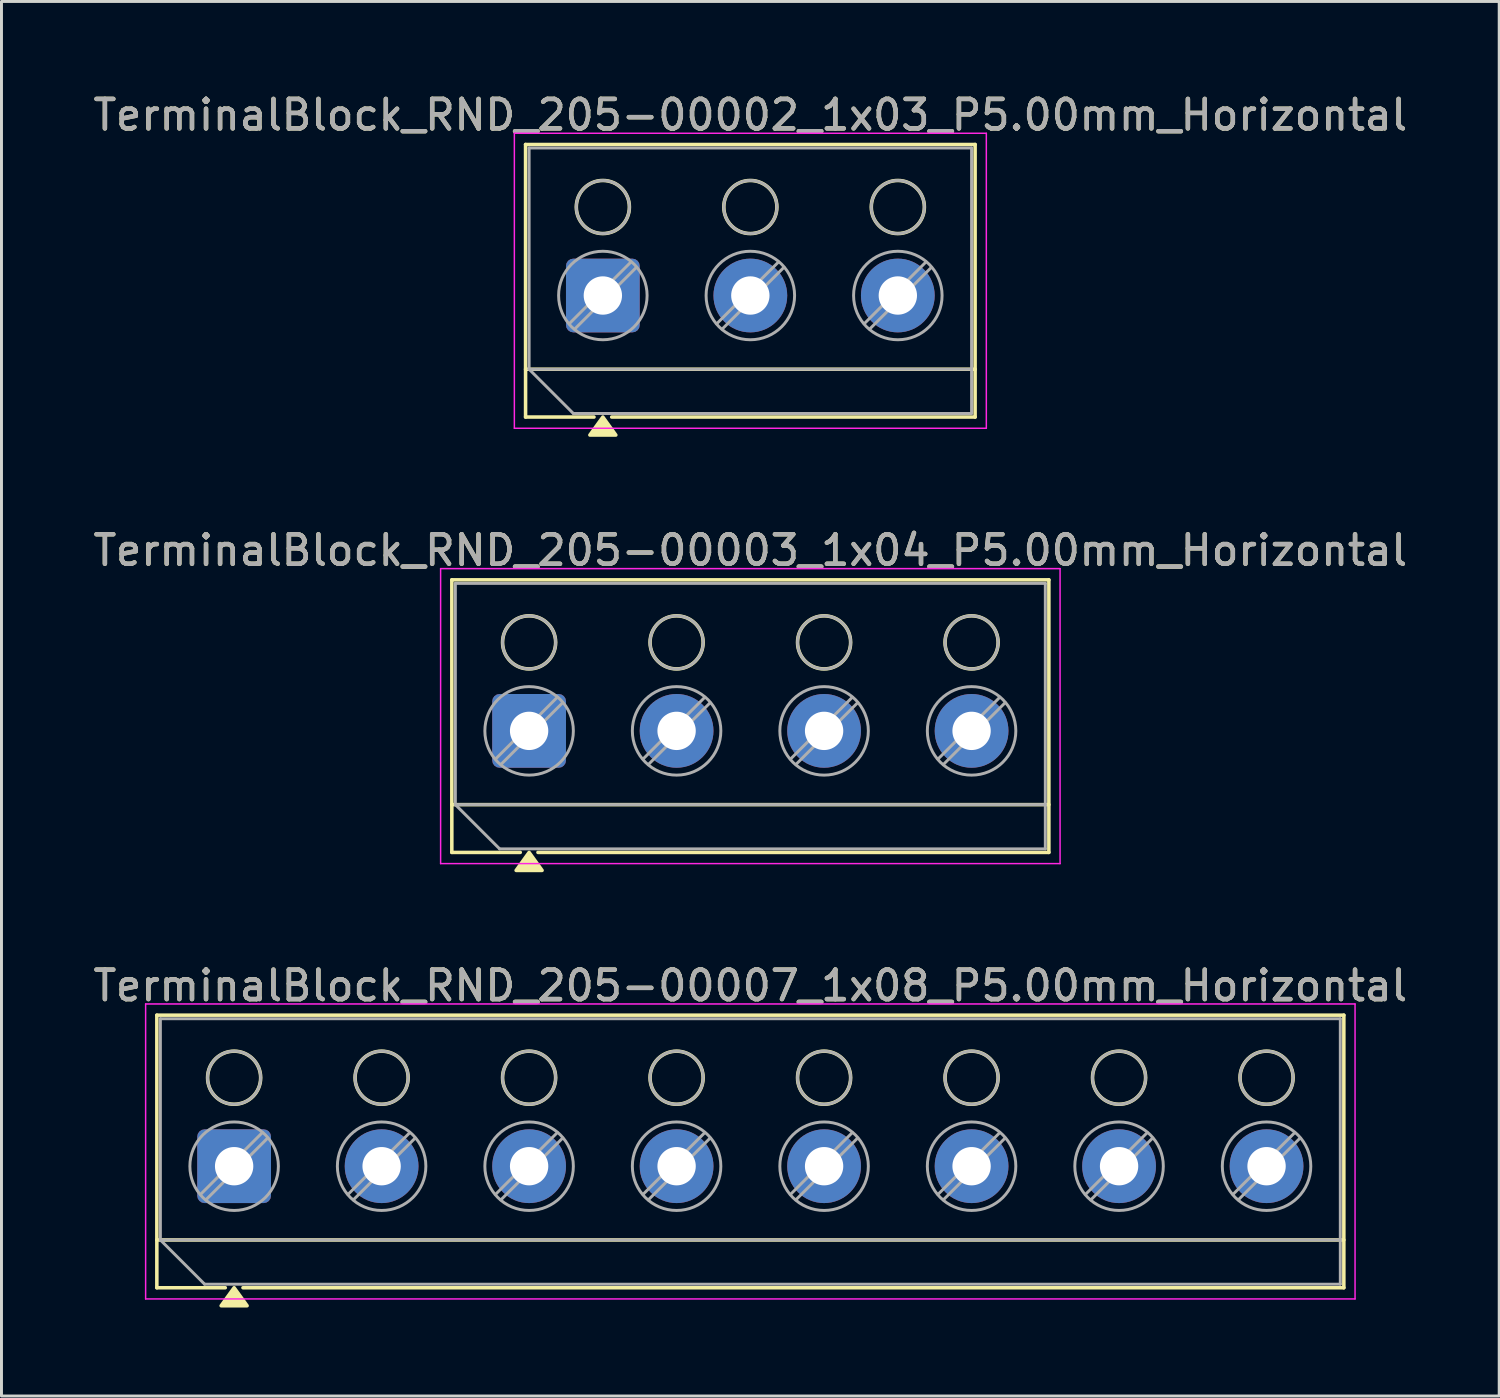
<source format=kicad_pcb>
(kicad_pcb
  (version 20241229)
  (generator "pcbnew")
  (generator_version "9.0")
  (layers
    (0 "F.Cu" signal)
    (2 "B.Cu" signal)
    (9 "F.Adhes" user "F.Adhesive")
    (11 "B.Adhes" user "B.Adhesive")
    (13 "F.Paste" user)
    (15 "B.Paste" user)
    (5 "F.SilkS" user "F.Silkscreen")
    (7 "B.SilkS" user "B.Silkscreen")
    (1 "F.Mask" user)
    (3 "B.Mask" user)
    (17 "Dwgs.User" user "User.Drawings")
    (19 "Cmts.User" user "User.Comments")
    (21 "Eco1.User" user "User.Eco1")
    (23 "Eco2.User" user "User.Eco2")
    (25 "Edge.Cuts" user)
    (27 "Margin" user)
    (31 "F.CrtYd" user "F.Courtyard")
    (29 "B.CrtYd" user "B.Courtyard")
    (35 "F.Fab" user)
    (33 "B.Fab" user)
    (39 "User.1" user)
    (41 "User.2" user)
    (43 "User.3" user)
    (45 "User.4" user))
  (footprint "TerminalBlock_RND_205-00007_1x08_P5.00mm_Horizontal"
    (layer "F.Cu")
    (at 4.887 36.485)
    (property "Reference" "TerminalBlock_RND_205-00007_1x08_P5.00mm_Horizontal" (at 17.5 -6.12 0) (layer "F.SilkS") (effects (font (size 1 1) (thickness 0.15))))
    (attr through_hole)
    (fp_line (start -2.62 -5.12) (end -2.62 4.12) (stroke (width 0.12) (type solid)) (layer "F.SilkS"))
    (fp_line (start -2.62 -5.12) (end 37.62 -5.12) (stroke (width 0.12) (type solid)) (layer "F.SilkS"))
    (fp_line (start -2.62 2.5) (end 37.62 2.5) (stroke (width 0.12) (type solid)) (layer "F.SilkS"))
    (fp_line (start -2.62 4.12) (end -0.3 4.12) (stroke (width 0.12) (type solid)) (layer "F.SilkS"))
    (fp_line (start 0.3 4.12) (end 37.62 4.12) (stroke (width 0.12) (type solid)) (layer "F.SilkS"))
    (fp_line (start 37.62 -5.12) (end 37.62 4.12) (stroke (width 0.12) (type solid)) (layer "F.SilkS"))
    (fp_circle (center 0 -3) (end 0.9 -3) (stroke (width 0.12) (type solid)) (fill no) (layer "F.SilkS"))
    (fp_circle (center 5 -3) (end 5.9 -3) (stroke (width 0.12) (type solid)) (fill no) (layer "F.SilkS"))
    (fp_circle (center 10 -3) (end 10.9 -3) (stroke (width 0.12) (type solid)) (fill no) (layer "F.SilkS"))
    (fp_circle (center 15 -3) (end 15.9 -3) (stroke (width 0.12) (type solid)) (fill no) (layer "F.SilkS"))
    (fp_circle (center 20 -3) (end 20.9 -3) (stroke (width 0.12) (type solid)) (fill no) (layer "F.SilkS"))
    (fp_circle (center 25 -3) (end 25.9 -3) (stroke (width 0.12) (type solid)) (fill no) (layer "F.SilkS"))
    (fp_circle (center 30 -3) (end 30.9 -3) (stroke (width 0.12) (type solid)) (fill no) (layer "F.SilkS"))
    (fp_circle (center 35 -3) (end 35.9 -3) (stroke (width 0.12) (type solid)) (fill no) (layer "F.SilkS"))
    (fp_poly (pts (xy 0 4.12) (xy 0.44 4.73) (xy -0.44 4.73)) (stroke (width 0.12) (type solid)) (fill yes) (layer "F.SilkS"))
    (fp_line (start -3 -5.5) (end -3 4.5) (stroke (width 0.05) (type solid)) (layer "F.CrtYd"))
    (fp_line (start -3 4.5) (end 38 4.5) (stroke (width 0.05) (type solid)) (layer "F.CrtYd"))
    (fp_line (start 38 -5.5) (end -3 -5.5) (stroke (width 0.05) (type solid)) (layer "F.CrtYd"))
    (fp_line (start 38 4.5) (end 38 -5.5) (stroke (width 0.05) (type solid)) (layer "F.CrtYd"))
    (fp_line (start -2.5 -5) (end 37.5 -5) (stroke (width 0.1) (type solid)) (layer "F.Fab"))
    (fp_line (start -2.5 2.5) (end -2.5 -5) (stroke (width 0.1) (type solid)) (layer "F.Fab"))
    (fp_line (start -2.5 2.5) (end 37.5 2.5) (stroke (width 0.1) (type solid)) (layer "F.Fab"))
    (fp_line (start -1 4) (end -2.5 2.5) (stroke (width 0.1) (type solid)) (layer "F.Fab"))
    (fp_line (start 0.955 -1.138) (end -1.138 0.955) (stroke (width 0.1) (type solid)) (layer "F.Fab"))
    (fp_line (start 1.138 -0.955) (end -0.955 1.138) (stroke (width 0.1) (type solid)) (layer "F.Fab"))
    (fp_line (start 5.955 -1.138) (end 3.862 0.955) (stroke (width 0.1) (type solid)) (layer "F.Fab"))
    (fp_line (start 6.138 -0.955) (end 4.045 1.138) (stroke (width 0.1) (type solid)) (layer "F.Fab"))
    (fp_line (start 10.955 -1.138) (end 8.862 0.955) (stroke (width 0.1) (type solid)) (layer "F.Fab"))
    (fp_line (start 11.138 -0.955) (end 9.045 1.138) (stroke (width 0.1) (type solid)) (layer "F.Fab"))
    (fp_line (start 15.955 -1.138) (end 13.862 0.955) (stroke (width 0.1) (type solid)) (layer "F.Fab"))
    (fp_line (start 16.138 -0.955) (end 14.045 1.138) (stroke (width 0.1) (type solid)) (layer "F.Fab"))
    (fp_line (start 20.955 -1.138) (end 18.862 0.955) (stroke (width 0.1) (type solid)) (layer "F.Fab"))
    (fp_line (start 21.138 -0.955) (end 19.045 1.138) (stroke (width 0.1) (type solid)) (layer "F.Fab"))
    (fp_line (start 25.955 -1.138) (end 23.862 0.955) (stroke (width 0.1) (type solid)) (layer "F.Fab"))
    (fp_line (start 26.138 -0.955) (end 24.045 1.138) (stroke (width 0.1) (type solid)) (layer "F.Fab"))
    (fp_line (start 30.955 -1.138) (end 28.862 0.955) (stroke (width 0.1) (type solid)) (layer "F.Fab"))
    (fp_line (start 31.138 -0.955) (end 29.045 1.138) (stroke (width 0.1) (type solid)) (layer "F.Fab"))
    (fp_line (start 35.955 -1.138) (end 33.862 0.955) (stroke (width 0.1) (type solid)) (layer "F.Fab"))
    (fp_line (start 36.138 -0.955) (end 34.045 1.138) (stroke (width 0.1) (type solid)) (layer "F.Fab"))
    (fp_line (start 37.5 -5) (end 37.5 4) (stroke (width 0.1) (type solid)) (layer "F.Fab"))
    (fp_line (start 37.5 4) (end -1 4) (stroke (width 0.1) (type solid)) (layer "F.Fab"))
    (fp_circle (center 0 -3) (end 0.9 -3) (stroke (width 0.1) (type solid)) (fill no) (layer "F.Fab"))
    (fp_circle (center 0 0) (end 1.5 0) (stroke (width 0.1) (type solid)) (fill no) (layer "F.Fab"))
    (fp_circle (center 5 -3) (end 5.9 -3) (stroke (width 0.1) (type solid)) (fill no) (layer "F.Fab"))
    (fp_circle (center 5 0) (end 6.5 0) (stroke (width 0.1) (type solid)) (fill no) (layer "F.Fab"))
    (fp_circle (center 10 -3) (end 10.9 -3) (stroke (width 0.1) (type solid)) (fill no) (layer "F.Fab"))
    (fp_circle (center 10 0) (end 11.5 0) (stroke (width 0.1) (type solid)) (fill no) (layer "F.Fab"))
    (fp_circle (center 15 -3) (end 15.9 -3) (stroke (width 0.1) (type solid)) (fill no) (layer "F.Fab"))
    (fp_circle (center 15 0) (end 16.5 0) (stroke (width 0.1) (type solid)) (fill no) (layer "F.Fab"))
    (fp_circle (center 20 -3) (end 20.9 -3) (stroke (width 0.1) (type solid)) (fill no) (layer "F.Fab"))
    (fp_circle (center 20 0) (end 21.5 0) (stroke (width 0.1) (type solid)) (fill no) (layer "F.Fab"))
    (fp_circle (center 25 -3) (end 25.9 -3) (stroke (width 0.1) (type solid)) (fill no) (layer "F.Fab"))
    (fp_circle (center 25 0) (end 26.5 0) (stroke (width 0.1) (type solid)) (fill no) (layer "F.Fab"))
    (fp_circle (center 30 -3) (end 30.9 -3) (stroke (width 0.1) (type solid)) (fill no) (layer "F.Fab"))
    (fp_circle (center 30 0) (end 31.5 0) (stroke (width 0.1) (type solid)) (fill no) (layer "F.Fab"))
    (fp_circle (center 35 -3) (end 35.9 -3) (stroke (width 0.1) (type solid)) (fill no) (layer "F.Fab"))
    (fp_circle (center 35 0) (end 36.5 0) (stroke (width 0.1) (type solid)) (fill no) (layer "F.Fab"))
    (fp_text user "${REFERENCE}" (at 17.5 -6.12 0) (layer "F.Fab") (effects (font (size 1 1) (thickness 0.15))))
    (pad "1" thru_hole roundrect (at 0 0) (size 2.5 2.5) (drill 1.3) (layers "*.Cu" "*.Mask") (roundrect_rratio 0.1))
    (pad "2" thru_hole circle (at 5 0) (size 2.5 2.5) (drill 1.3) (layers "*.Cu" "*.Mask"))
    (pad "3" thru_hole circle (at 10 0) (size 2.5 2.5) (drill 1.3) (layers "*.Cu" "*.Mask"))
    (pad "4" thru_hole circle (at 15 0) (size 2.5 2.5) (drill 1.3) (layers "*.Cu" "*.Mask"))
    (pad "5" thru_hole circle (at 20 0) (size 2.5 2.5) (drill 1.3) (layers "*.Cu" "*.Mask"))
    (pad "6" thru_hole circle (at 25 0) (size 2.5 2.5) (drill 1.3) (layers "*.Cu" "*.Mask"))
    (pad "7" thru_hole circle (at 30 0) (size 2.5 2.5) (drill 1.3) (layers "*.Cu" "*.Mask"))
    (pad "8" thru_hole circle (at 35 0) (size 2.5 2.5) (drill 1.3) (layers "*.Cu" "*.Mask")))
  (footprint "TerminalBlock_RND_205-00002_1x03_P5.00mm_Horizontal"
    (layer "F.Cu")
    (at 17.387 6.968)
    (property "Reference" "TerminalBlock_RND_205-00002_1x03_P5.00mm_Horizontal" (at 5 -6.12 0) (layer "F.SilkS") (effects (font (size 1 1) (thickness 0.15))))
    (attr through_hole)
    (fp_line (start -2.62 -5.12) (end -2.62 4.12) (stroke (width 0.12) (type solid)) (layer "F.SilkS"))
    (fp_line (start -2.62 -5.12) (end 12.62 -5.12) (stroke (width 0.12) (type solid)) (layer "F.SilkS"))
    (fp_line (start -2.62 2.5) (end 12.62 2.5) (stroke (width 0.12) (type solid)) (layer "F.SilkS"))
    (fp_line (start -2.62 4.12) (end -0.3 4.12) (stroke (width 0.12) (type solid)) (layer "F.SilkS"))
    (fp_line (start 0.3 4.12) (end 12.62 4.12) (stroke (width 0.12) (type solid)) (layer "F.SilkS"))
    (fp_line (start 12.62 -5.12) (end 12.62 4.12) (stroke (width 0.12) (type solid)) (layer "F.SilkS"))
    (fp_circle (center 0 -3) (end 0.9 -3) (stroke (width 0.12) (type solid)) (fill no) (layer "F.SilkS"))
    (fp_circle (center 5 -3) (end 5.9 -3) (stroke (width 0.12) (type solid)) (fill no) (layer "F.SilkS"))
    (fp_circle (center 10 -3) (end 10.9 -3) (stroke (width 0.12) (type solid)) (fill no) (layer "F.SilkS"))
    (fp_poly (pts (xy 0 4.12) (xy 0.44 4.73) (xy -0.44 4.73)) (stroke (width 0.12) (type solid)) (fill yes) (layer "F.SilkS"))
    (fp_line (start -3 -5.5) (end -3 4.5) (stroke (width 0.05) (type solid)) (layer "F.CrtYd"))
    (fp_line (start -3 4.5) (end 13 4.5) (stroke (width 0.05) (type solid)) (layer "F.CrtYd"))
    (fp_line (start 13 -5.5) (end -3 -5.5) (stroke (width 0.05) (type solid)) (layer "F.CrtYd"))
    (fp_line (start 13 4.5) (end 13 -5.5) (stroke (width 0.05) (type solid)) (layer "F.CrtYd"))
    (fp_line (start -2.5 -5) (end 12.5 -5) (stroke (width 0.1) (type solid)) (layer "F.Fab"))
    (fp_line (start -2.5 2.5) (end -2.5 -5) (stroke (width 0.1) (type solid)) (layer "F.Fab"))
    (fp_line (start -2.5 2.5) (end 12.5 2.5) (stroke (width 0.1) (type solid)) (layer "F.Fab"))
    (fp_line (start -1 4) (end -2.5 2.5) (stroke (width 0.1) (type solid)) (layer "F.Fab"))
    (fp_line (start 0.955 -1.138) (end -1.138 0.955) (stroke (width 0.1) (type solid)) (layer "F.Fab"))
    (fp_line (start 1.138 -0.955) (end -0.955 1.138) (stroke (width 0.1) (type solid)) (layer "F.Fab"))
    (fp_line (start 5.955 -1.138) (end 3.862 0.955) (stroke (width 0.1) (type solid)) (layer "F.Fab"))
    (fp_line (start 6.138 -0.955) (end 4.045 1.138) (stroke (width 0.1) (type solid)) (layer "F.Fab"))
    (fp_line (start 10.955 -1.138) (end 8.862 0.955) (stroke (width 0.1) (type solid)) (layer "F.Fab"))
    (fp_line (start 11.138 -0.955) (end 9.045 1.138) (stroke (width 0.1) (type solid)) (layer "F.Fab"))
    (fp_line (start 12.5 -5) (end 12.5 4) (stroke (width 0.1) (type solid)) (layer "F.Fab"))
    (fp_line (start 12.5 4) (end -1 4) (stroke (width 0.1) (type solid)) (layer "F.Fab"))
    (fp_circle (center 0 -3) (end 0.9 -3) (stroke (width 0.1) (type solid)) (fill no) (layer "F.Fab"))
    (fp_circle (center 0 0) (end 1.5 0) (stroke (width 0.1) (type solid)) (fill no) (layer "F.Fab"))
    (fp_circle (center 5 -3) (end 5.9 -3) (stroke (width 0.1) (type solid)) (fill no) (layer "F.Fab"))
    (fp_circle (center 5 0) (end 6.5 0) (stroke (width 0.1) (type solid)) (fill no) (layer "F.Fab"))
    (fp_circle (center 10 -3) (end 10.9 -3) (stroke (width 0.1) (type solid)) (fill no) (layer "F.Fab"))
    (fp_circle (center 10 0) (end 11.5 0) (stroke (width 0.1) (type solid)) (fill no) (layer "F.Fab"))
    (fp_text user "${REFERENCE}" (at 5 -6.12 0) (layer "F.Fab") (effects (font (size 1 1) (thickness 0.15))))
    (pad "1" thru_hole roundrect (at 0 0) (size 2.5 2.5) (drill 1.3) (layers "*.Cu" "*.Mask") (roundrect_rratio 0.1))
    (pad "2" thru_hole circle (at 5 0) (size 2.5 2.5) (drill 1.3) (layers "*.Cu" "*.Mask"))
    (pad "3" thru_hole circle (at 10 0) (size 2.5 2.5) (drill 1.3) (layers "*.Cu" "*.Mask")))
  (footprint "TerminalBlock_RND_205-00003_1x04_P5.00mm_Horizontal"
    (layer "F.Cu")
    (at 14.887 21.727)
    (property "Reference" "TerminalBlock_RND_205-00003_1x04_P5.00mm_Horizontal" (at 7.5 -6.12 0) (layer "F.SilkS") (effects (font (size 1 1) (thickness 0.15))))
    (attr through_hole)
    (fp_line (start -2.62 -5.12) (end -2.62 4.12) (stroke (width 0.12) (type solid)) (layer "F.SilkS"))
    (fp_line (start -2.62 -5.12) (end 17.62 -5.12) (stroke (width 0.12) (type solid)) (layer "F.SilkS"))
    (fp_line (start -2.62 2.5) (end 17.62 2.5) (stroke (width 0.12) (type solid)) (layer "F.SilkS"))
    (fp_line (start -2.62 4.12) (end -0.3 4.12) (stroke (width 0.12) (type solid)) (layer "F.SilkS"))
    (fp_line (start 0.3 4.12) (end 17.62 4.12) (stroke (width 0.12) (type solid)) (layer "F.SilkS"))
    (fp_line (start 17.62 -5.12) (end 17.62 4.12) (stroke (width 0.12) (type solid)) (layer "F.SilkS"))
    (fp_circle (center 0 -3) (end 0.9 -3) (stroke (width 0.12) (type solid)) (fill no) (layer "F.SilkS"))
    (fp_circle (center 5 -3) (end 5.9 -3) (stroke (width 0.12) (type solid)) (fill no) (layer "F.SilkS"))
    (fp_circle (center 10 -3) (end 10.9 -3) (stroke (width 0.12) (type solid)) (fill no) (layer "F.SilkS"))
    (fp_circle (center 15 -3) (end 15.9 -3) (stroke (width 0.12) (type solid)) (fill no) (layer "F.SilkS"))
    (fp_poly (pts (xy 0 4.12) (xy 0.44 4.73) (xy -0.44 4.73)) (stroke (width 0.12) (type solid)) (fill yes) (layer "F.SilkS"))
    (fp_line (start -3 -5.5) (end -3 4.5) (stroke (width 0.05) (type solid)) (layer "F.CrtYd"))
    (fp_line (start -3 4.5) (end 18 4.5) (stroke (width 0.05) (type solid)) (layer "F.CrtYd"))
    (fp_line (start 18 -5.5) (end -3 -5.5) (stroke (width 0.05) (type solid)) (layer "F.CrtYd"))
    (fp_line (start 18 4.5) (end 18 -5.5) (stroke (width 0.05) (type solid)) (layer "F.CrtYd"))
    (fp_line (start -2.5 -5) (end 17.5 -5) (stroke (width 0.1) (type solid)) (layer "F.Fab"))
    (fp_line (start -2.5 2.5) (end -2.5 -5) (stroke (width 0.1) (type solid)) (layer "F.Fab"))
    (fp_line (start -2.5 2.5) (end 17.5 2.5) (stroke (width 0.1) (type solid)) (layer "F.Fab"))
    (fp_line (start -1 4) (end -2.5 2.5) (stroke (width 0.1) (type solid)) (layer "F.Fab"))
    (fp_line (start 0.955 -1.138) (end -1.138 0.955) (stroke (width 0.1) (type solid)) (layer "F.Fab"))
    (fp_line (start 1.138 -0.955) (end -0.955 1.138) (stroke (width 0.1) (type solid)) (layer "F.Fab"))
    (fp_line (start 5.955 -1.138) (end 3.862 0.955) (stroke (width 0.1) (type solid)) (layer "F.Fab"))
    (fp_line (start 6.138 -0.955) (end 4.045 1.138) (stroke (width 0.1) (type solid)) (layer "F.Fab"))
    (fp_line (start 10.955 -1.138) (end 8.862 0.955) (stroke (width 0.1) (type solid)) (layer "F.Fab"))
    (fp_line (start 11.138 -0.955) (end 9.045 1.138) (stroke (width 0.1) (type solid)) (layer "F.Fab"))
    (fp_line (start 15.955 -1.138) (end 13.862 0.955) (stroke (width 0.1) (type solid)) (layer "F.Fab"))
    (fp_line (start 16.138 -0.955) (end 14.045 1.138) (stroke (width 0.1) (type solid)) (layer "F.Fab"))
    (fp_line (start 17.5 -5) (end 17.5 4) (stroke (width 0.1) (type solid)) (layer "F.Fab"))
    (fp_line (start 17.5 4) (end -1 4) (stroke (width 0.1) (type solid)) (layer "F.Fab"))
    (fp_circle (center 0 -3) (end 0.9 -3) (stroke (width 0.1) (type solid)) (fill no) (layer "F.Fab"))
    (fp_circle (center 0 0) (end 1.5 0) (stroke (width 0.1) (type solid)) (fill no) (layer "F.Fab"))
    (fp_circle (center 5 -3) (end 5.9 -3) (stroke (width 0.1) (type solid)) (fill no) (layer "F.Fab"))
    (fp_circle (center 5 0) (end 6.5 0) (stroke (width 0.1) (type solid)) (fill no) (layer "F.Fab"))
    (fp_circle (center 10 -3) (end 10.9 -3) (stroke (width 0.1) (type solid)) (fill no) (layer "F.Fab"))
    (fp_circle (center 10 0) (end 11.5 0) (stroke (width 0.1) (type solid)) (fill no) (layer "F.Fab"))
    (fp_circle (center 15 -3) (end 15.9 -3) (stroke (width 0.1) (type solid)) (fill no) (layer "F.Fab"))
    (fp_circle (center 15 0) (end 16.5 0) (stroke (width 0.1) (type solid)) (fill no) (layer "F.Fab"))
    (fp_text user "${REFERENCE}" (at 7.5 -6.12 0) (layer "F.Fab") (effects (font (size 1 1) (thickness 0.15))))
    (pad "1" thru_hole roundrect (at 0 0) (size 2.5 2.5) (drill 1.3) (layers "*.Cu" "*.Mask") (roundrect_rratio 0.1))
    (pad "2" thru_hole circle (at 5 0) (size 2.5 2.5) (drill 1.3) (layers "*.Cu" "*.Mask"))
    (pad "3" thru_hole circle (at 10 0) (size 2.5 2.5) (drill 1.3) (layers "*.Cu" "*.Mask"))
    (pad "4" thru_hole circle (at 15 0) (size 2.5 2.5) (drill 1.3) (layers "*.Cu" "*.Mask")))
  (gr_rect
    (start -3 -3)
    (end 47.774 44.275)
    (stroke (width 0.1) (type default))
    (fill no)
    (layer "Edge.Cuts")))
</source>
